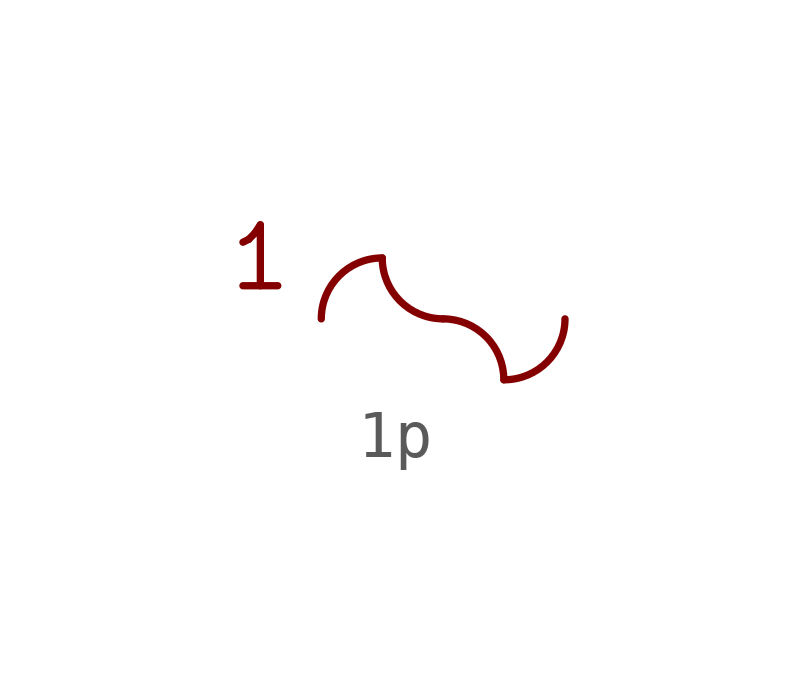
<source format=kicad_sym>
(kicad_symbol_lib
  (version 20211014)
  (generator kicad_symbol_editor)
  (symbol "1p"
    (property "Reference" "U"
      (at 5.08 1.27 0)
      (effects (font (size 1.27 1.27)) hide))
    (symbol "1p_0_0"
      (text "1" (at -1.27 1.27 0) (effects (font (size 1.27 1.27)))))
    (symbol "1p_0_1"
      (arc (start 1.27 1.27) (mid 0.372 0.898) (end 0 0) (stroke (width 0) (type default) (color 0 0 0 0)) (fill (type none)))
      (arc (start 1.27 1.27) (mid 0.372 -0.898) (end 2.54 0) (stroke (width 0) (type default) (color 0 0 0 0)) (fill (type none)))
      (arc (start 3.81 -1.27) (mid 4.708 0.898) (end 2.54 0) (stroke (width 0) (type default) (color 0 0 0 0)) (fill (type none)))
      (arc (start 3.81 -1.27) (mid 4.708 -0.898) (end 5.08 0) (stroke (width 0) (type default) (color 0 0 0 0)) (fill (type none))))))
</source>
